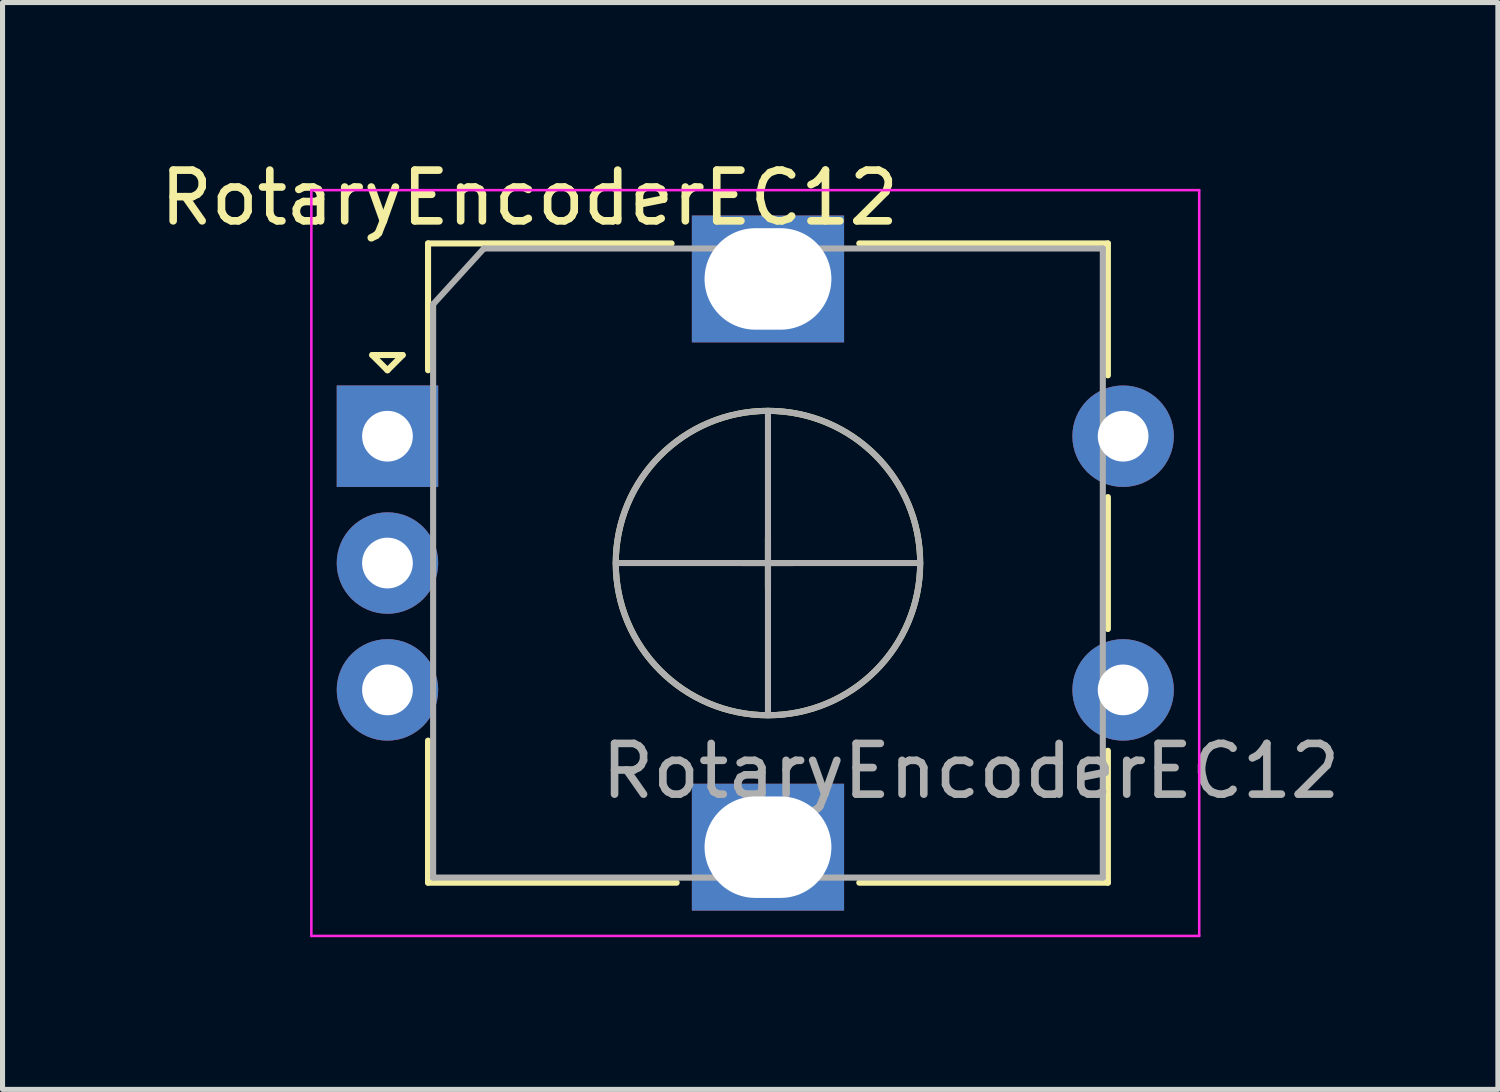
<source format=kicad_pcb>
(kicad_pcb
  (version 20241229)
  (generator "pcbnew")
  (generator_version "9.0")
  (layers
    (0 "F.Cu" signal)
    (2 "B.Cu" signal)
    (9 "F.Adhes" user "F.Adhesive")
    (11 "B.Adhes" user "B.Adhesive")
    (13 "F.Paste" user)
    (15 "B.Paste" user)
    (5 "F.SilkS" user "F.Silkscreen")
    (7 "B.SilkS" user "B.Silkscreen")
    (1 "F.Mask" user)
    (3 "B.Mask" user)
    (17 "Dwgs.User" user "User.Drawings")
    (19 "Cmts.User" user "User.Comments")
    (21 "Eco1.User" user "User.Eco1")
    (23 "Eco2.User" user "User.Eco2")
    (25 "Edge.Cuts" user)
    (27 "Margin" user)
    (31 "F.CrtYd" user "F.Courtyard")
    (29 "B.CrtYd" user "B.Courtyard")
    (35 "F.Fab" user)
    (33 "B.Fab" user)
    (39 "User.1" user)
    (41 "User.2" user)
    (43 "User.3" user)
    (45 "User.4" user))
  (footprint "RotaryEncoderEC12"
    (layer "F.Cu")
    (at 4.587 5.548)
    (property "Reference" "RotaryEncoderEC12" (at 2.8 -4.7 0) (layer "F.SilkS") (effects (font (size 1 1) (thickness 0.15))))
    (attr through_hole)
    (fp_line (start -0.3 -1.6) (end 0.3 -1.6) (stroke (width 0.12) (type solid)) (layer "F.SilkS"))
    (fp_line (start 0 -1.3) (end -0.3 -1.6) (stroke (width 0.12) (type solid)) (layer "F.SilkS"))
    (fp_line (start 0.3 -1.6) (end 0 -1.3) (stroke (width 0.12) (type solid)) (layer "F.SilkS"))
    (fp_line (start 0.8 -3.8) (end 0.8 -1.3) (stroke (width 0.12) (type solid)) (layer "F.SilkS"))
    (fp_line (start 0.8 8.8) (end 0.8 6) (stroke (width 0.12) (type solid)) (layer "F.SilkS"))
    (fp_line (start 5.6 -3.8) (end 0.8 -3.8) (stroke (width 0.12) (type solid)) (layer "F.SilkS"))
    (fp_line (start 5.7 8.8) (end 0.8 8.8) (stroke (width 0.12) (type solid)) (layer "F.SilkS"))
    (fp_line (start 7 2.5) (end 8 2.5) (stroke (width 0.12) (type solid)) (layer "F.SilkS"))
    (fp_line (start 7.5 2) (end 7.5 3) (stroke (width 0.12) (type solid)) (layer "F.SilkS"))
    (fp_line (start 9.3 -3.8) (end 14.2 -3.8) (stroke (width 0.12) (type solid)) (layer "F.SilkS"))
    (fp_line (start 14.2 -3.8) (end 14.2 -1.2) (stroke (width 0.12) (type solid)) (layer "F.SilkS"))
    (fp_line (start 14.2 1.2) (end 14.2 3.8) (stroke (width 0.12) (type solid)) (layer "F.SilkS"))
    (fp_line (start 14.2 6.2) (end 14.2 8.8) (stroke (width 0.12) (type solid)) (layer "F.SilkS"))
    (fp_line (start 14.2 8.8) (end 9.3 8.8) (stroke (width 0.12) (type solid)) (layer "F.SilkS"))
    (fp_circle (center 7.5 2.5) (end 10.5 2.5) (stroke (width 0.12) (type solid)) (fill no) (layer "F.SilkS"))
    (fp_line (start -1.5 -4.85) (end -1.5 9.85) (stroke (width 0.05) (type solid)) (layer "F.CrtYd"))
    (fp_line (start -1.5 -4.85) (end 16 -4.85) (stroke (width 0.05) (type solid)) (layer "F.CrtYd"))
    (fp_line (start 16 9.85) (end -1.5 9.85) (stroke (width 0.05) (type solid)) (layer "F.CrtYd"))
    (fp_line (start 16 9.85) (end 16 -4.85) (stroke (width 0.05) (type solid)) (layer "F.CrtYd"))
    (fp_line (start 0.9 -2.6) (end 1.9 -3.7) (stroke (width 0.12) (type solid)) (layer "F.Fab"))
    (fp_line (start 0.9 8.7) (end 0.9 -2.6) (stroke (width 0.12) (type solid)) (layer "F.Fab"))
    (fp_line (start 1.9 -3.7) (end 14.1 -3.7) (stroke (width 0.12) (type solid)) (layer "F.Fab"))
    (fp_line (start 4.5 2.5) (end 10.5 2.5) (stroke (width 0.12) (type solid)) (layer "F.Fab"))
    (fp_line (start 7.5 -0.5) (end 7.5 5.5) (stroke (width 0.12) (type solid)) (layer "F.Fab"))
    (fp_line (start 14.1 -3.7) (end 14.1 8.7) (stroke (width 0.12) (type solid)) (layer "F.Fab"))
    (fp_line (start 14.1 8.7) (end 0.9 8.7) (stroke (width 0.12) (type solid)) (layer "F.Fab"))
    (fp_circle (center 7.5 2.5) (end 10.5 2.5) (stroke (width 0.12) (type solid)) (fill no) (layer "F.Fab"))
    (fp_text user "${REFERENCE}" (at 11.5 6.6 0) (layer "F.Fab") (effects (font (size 1 1) (thickness 0.15))))
    (pad "A" thru_hole rect (at 0 0) (size 2 2) (drill 1) (layers "*.Cu" "*.Mask"))
    (pad "B" thru_hole circle (at 0 5) (size 2 2) (drill 1) (layers "*.Cu" "*.Mask"))
    (pad "C" thru_hole circle (at 0 2.5) (size 2 2) (drill 1) (layers "*.Cu" "*.Mask"))
    (pad "MP" thru_hole rect (at 7.5 -3.1) (size 3 2.5) (drill oval 2.5 2) (layers "*.Cu" "*.Mask"))
    (pad "MP" thru_hole rect (at 7.5 8.1) (size 3 2.5) (drill oval 2.5 2) (layers "*.Cu" "*.Mask"))
    (pad "S1" thru_hole circle (at 14.5 0) (size 2 2) (drill 1) (layers "*.Cu" "*.Mask"))
    (pad "S2" thru_hole circle (at 14.5 5) (size 2 2) (drill 1) (layers "*.Cu" "*.Mask")))
  (gr_rect
    (start -3 -3)
    (end 26.474 18.423)
    (stroke (width 0.1) (type default))
    (fill no)
    (layer "Edge.Cuts")))
</source>
